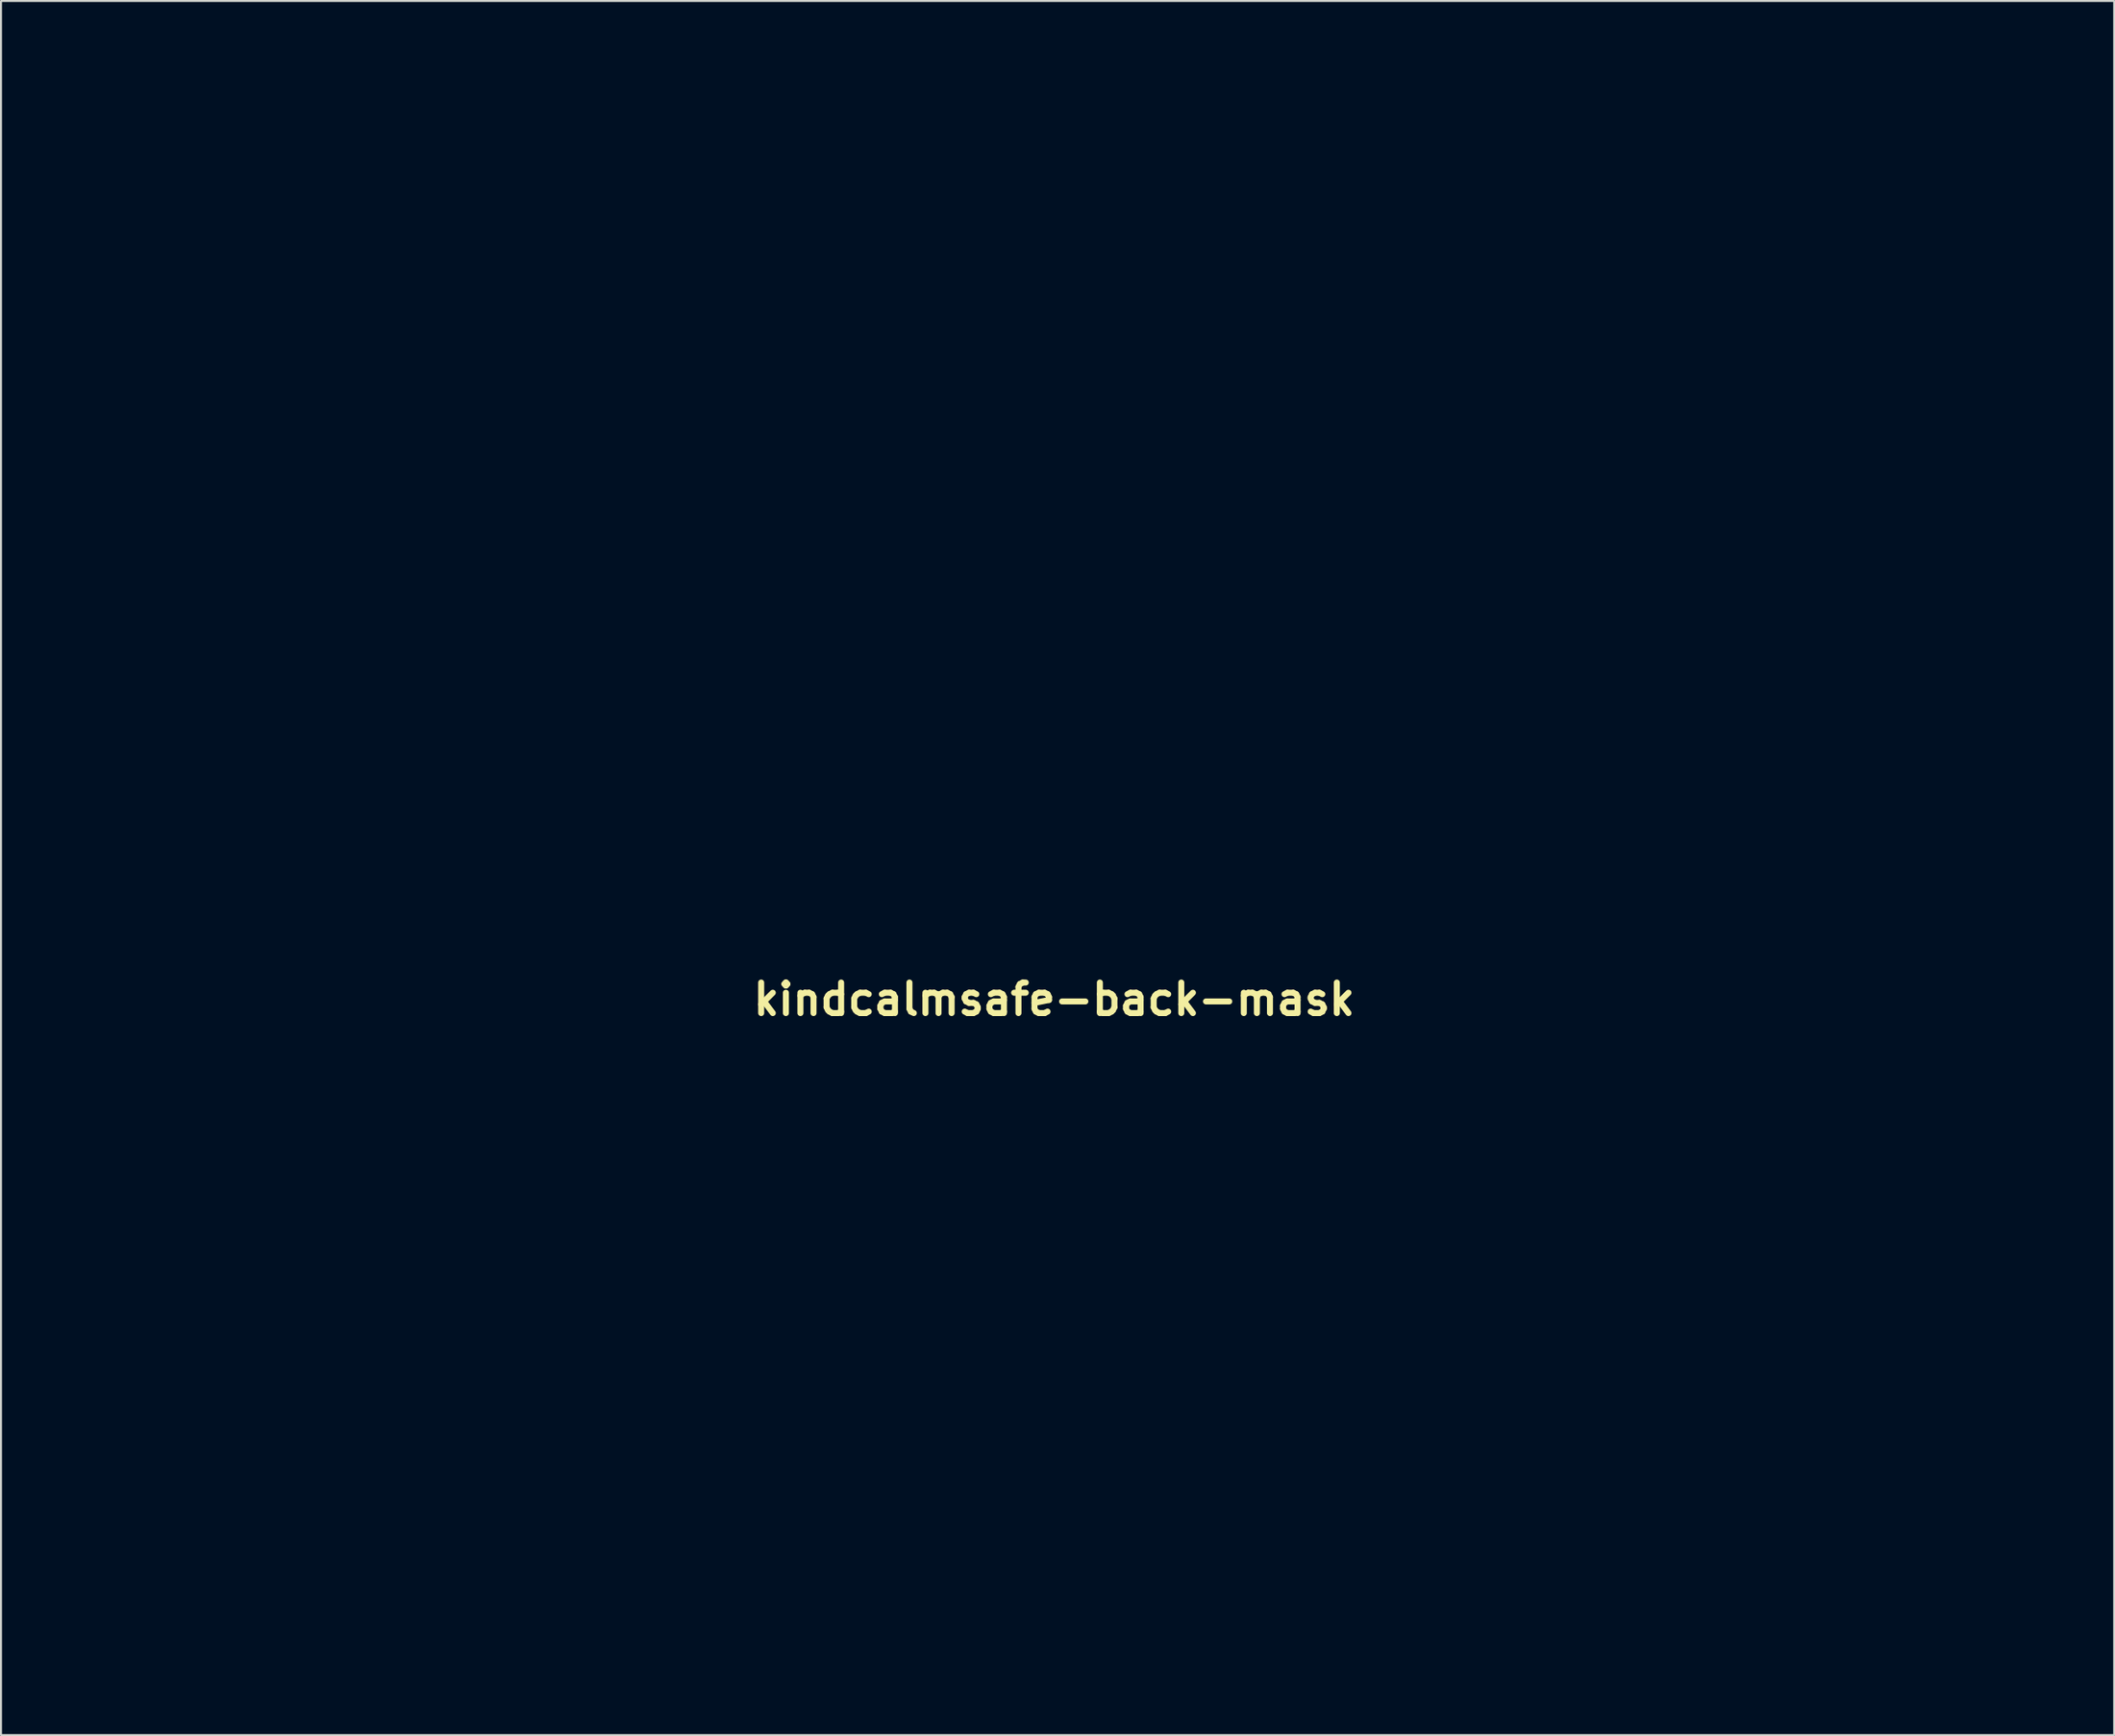
<source format=kicad_pcb>
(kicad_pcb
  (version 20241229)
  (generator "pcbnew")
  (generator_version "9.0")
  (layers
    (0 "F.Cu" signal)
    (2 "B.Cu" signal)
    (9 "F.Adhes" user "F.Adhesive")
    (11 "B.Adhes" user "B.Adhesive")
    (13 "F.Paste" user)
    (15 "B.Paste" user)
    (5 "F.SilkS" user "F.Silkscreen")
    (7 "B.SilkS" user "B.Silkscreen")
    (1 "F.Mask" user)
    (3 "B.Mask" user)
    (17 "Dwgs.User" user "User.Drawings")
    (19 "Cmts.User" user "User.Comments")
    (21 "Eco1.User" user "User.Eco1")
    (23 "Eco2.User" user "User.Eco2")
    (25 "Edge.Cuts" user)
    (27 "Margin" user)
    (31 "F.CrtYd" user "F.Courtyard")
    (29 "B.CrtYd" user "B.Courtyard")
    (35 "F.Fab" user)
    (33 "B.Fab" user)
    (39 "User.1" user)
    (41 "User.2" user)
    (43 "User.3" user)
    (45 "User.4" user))
  (footprint "kindcalmsafe-back-mask"
    (layer "F.Cu")
    (at 49.574 46.862)
    (property "Reference" "kindcalmsafe-back-mask" (at 0 0 0) (layer "F.SilkS") (effects (font (size 1.524 1.524) (thickness 0.3))))
    (attr through_hole)
    (fp_poly (pts (xy -18.477 -7.922) (xy -18.156 -7.82) (xy -17.901 -7.612) (xy -17.705 -7.286) (xy -17.558 -6.829) (xy -17.452 -6.228) (xy -17.393 -5.652) (xy -17.333 -4.911) (xy -20.176 -4.911) (xy -20.12 -5.702) (xy -20.039 -6.424) (xy -19.907 -6.994) (xy -19.721 -7.425) (xy -19.568 -7.637) (xy -19.392 -7.801) (xy -19.199 -7.889) (xy -18.916 -7.93) (xy -18.874 -7.933) (xy -18.477 -7.922)) (stroke (width 0.01) (type solid)) (fill yes) (layer "B.Mask"))
    (fp_poly (pts (xy -16.699 -27.904) (xy -16.378 -27.801) (xy -16.123 -27.593) (xy -15.927 -27.267) (xy -15.78 -26.81) (xy -15.674 -26.209) (xy -15.615 -25.633) (xy -15.555 -24.892) (xy -18.398 -24.892) (xy -18.342 -25.684) (xy -18.261 -26.405) (xy -18.129 -26.975) (xy -17.943 -27.406) (xy -17.79 -27.618) (xy -17.614 -27.782) (xy -17.421 -27.87) (xy -17.138 -27.911) (xy -17.096 -27.914) (xy -16.699 -27.904)) (stroke (width 0.01) (type solid)) (fill yes) (layer "B.Mask"))
    (fp_poly (pts (xy -14.667 12.059) (xy -14.346 12.161) (xy -14.091 12.369) (xy -13.895 12.695) (xy -13.748 13.152) (xy -13.642 13.754) (xy -13.583 14.33) (xy -13.523 15.071) (xy -16.366 15.071) (xy -16.31 14.279) (xy -16.229 13.558) (xy -16.097 12.987) (xy -15.911 12.557) (xy -15.758 12.345) (xy -15.582 12.18) (xy -15.389 12.093) (xy -15.106 12.052) (xy -15.064 12.048) (xy -14.667 12.059)) (stroke (width 0.01) (type solid)) (fill yes) (layer "B.Mask"))
    (fp_poly (pts (xy 32.492 12.059) (xy 32.813 12.161) (xy 33.068 12.369) (xy 33.264 12.695) (xy 33.411 13.152) (xy 33.517 13.754) (xy 33.576 14.33) (xy 33.636 15.071) (xy 30.794 15.071) (xy 30.849 14.279) (xy 30.93 13.558) (xy 31.062 12.987) (xy 31.248 12.557) (xy 31.401 12.345) (xy 31.577 12.18) (xy 31.771 12.093) (xy 32.054 12.052) (xy 32.096 12.048) (xy 32.492 12.059)) (stroke (width 0.01) (type solid)) (fill yes) (layer "B.Mask"))
    (fp_poly (pts (xy -31.814 -11.234) (xy -31.358 -11.201) (xy -30.915 -11.152) (xy -30.54 -11.094) (xy -30.313 -11.042) (xy -29.835 -10.825) (xy -29.451 -10.499) (xy -29.19 -10.091) (xy -29.124 -9.903) (xy -29.052 -9.406) (xy -29.079 -8.876) (xy -29.197 -8.38) (xy -29.327 -8.095) (xy -29.635 -7.736) (xy -30.09 -7.458) (xy -30.69 -7.261) (xy -31.431 -7.145) (xy -32.194 -7.113) (xy -32.851 -7.112) (xy -32.851 -11.287) (xy -31.814 -11.234)) (stroke (width 0.01) (type solid)) (fill yes) (layer "B.Mask"))
    (fp_poly (pts (xy -30.035 -31.215) (xy -29.58 -31.182) (xy -29.137 -31.133) (xy -28.762 -31.075) (xy -28.535 -31.024) (xy -28.057 -30.806) (xy -27.673 -30.48) (xy -27.412 -30.072) (xy -27.346 -29.884) (xy -27.274 -29.388) (xy -27.301 -28.857) (xy -27.419 -28.361) (xy -27.549 -28.077) (xy -27.857 -27.718) (xy -28.312 -27.439) (xy -28.912 -27.242) (xy -29.653 -27.127) (xy -30.416 -27.094) (xy -31.073 -27.093) (xy -31.073 -31.268) (xy -30.035 -31.215)) (stroke (width 0.01) (type solid)) (fill yes) (layer "B.Mask"))
    (fp_poly (pts (xy -28.003 8.748) (xy -27.548 8.781) (xy -27.105 8.83) (xy -26.73 8.887) (xy -26.503 8.939) (xy -26.025 9.156) (xy -25.641 9.483) (xy -25.38 9.89) (xy -25.314 10.078) (xy -25.242 10.575) (xy -25.269 11.106) (xy -25.387 11.601) (xy -25.517 11.886) (xy -25.825 12.245) (xy -26.28 12.524) (xy -26.88 12.721) (xy -27.621 12.836) (xy -28.384 12.869) (xy -29.041 12.869) (xy -29.041 8.695) (xy -28.003 8.748)) (stroke (width 0.01) (type solid)) (fill yes) (layer "B.Mask"))
    (fp_poly (pts (xy -31.771 -6.073) (xy -31.004 -6.017) (xy -30.381 -5.911) (xy -29.882 -5.747) (xy -29.487 -5.516) (xy -29.174 -5.208) (xy -28.925 -4.815) (xy -28.902 -4.769) (xy -28.785 -4.511) (xy -28.713 -4.284) (xy -28.676 -4.031) (xy -28.663 -3.695) (xy -28.662 -3.471) (xy -28.671 -3.05) (xy -28.701 -2.744) (xy -28.761 -2.501) (xy -28.858 -2.269) (xy -29.114 -1.853) (xy -29.443 -1.527) (xy -29.864 -1.281) (xy -30.394 -1.109) (xy -31.053 -1) (xy -31.729 -0.952) (xy -32.851 -0.907) (xy -32.851 -6.118) (xy -31.771 -6.073)) (stroke (width 0.01) (type solid)) (fill yes) (layer "B.Mask"))
    (fp_poly (pts (xy -29.993 -26.055) (xy -29.226 -25.998) (xy -28.603 -25.892) (xy -28.104 -25.729) (xy -27.709 -25.497) (xy -27.396 -25.19) (xy -27.147 -24.796) (xy -27.124 -24.75) (xy -27.007 -24.492) (xy -26.935 -24.266) (xy -26.898 -24.012) (xy -26.885 -23.676) (xy -26.884 -23.453) (xy -26.893 -23.031) (xy -26.923 -22.726) (xy -26.983 -22.483) (xy -27.08 -22.25) (xy -27.336 -21.834) (xy -27.665 -21.508) (xy -28.086 -21.263) (xy -28.616 -21.09) (xy -29.275 -20.982) (xy -29.951 -20.934) (xy -31.073 -20.889) (xy -31.073 -26.1) (xy -29.993 -26.055)) (stroke (width 0.01) (type solid)) (fill yes) (layer "B.Mask"))
    (fp_poly (pts (xy -27.961 13.908) (xy -27.194 13.965) (xy -26.571 14.07) (xy -26.072 14.234) (xy -25.677 14.465) (xy -25.364 14.773) (xy -25.115 15.167) (xy -25.092 15.213) (xy -24.975 15.47) (xy -24.903 15.697) (xy -24.866 15.95) (xy -24.853 16.286) (xy -24.852 16.51) (xy -24.861 16.931) (xy -24.891 17.237) (xy -24.951 17.48) (xy -25.048 17.713) (xy -25.304 18.129) (xy -25.633 18.455) (xy -26.054 18.7) (xy -26.584 18.873) (xy -27.243 18.981) (xy -27.919 19.029) (xy -29.041 19.074) (xy -29.041 13.863) (xy -27.961 13.908)) (stroke (width 0.01) (type solid)) (fill yes) (layer "B.Mask"))
    (fp_poly (pts (xy 12.36 -3.281) (xy 12.357 -2.811) (xy 12.345 -2.475) (xy 12.32 -2.236) (xy 12.277 -2.058) (xy 12.212 -1.906) (xy 12.169 -1.828) (xy 11.92 -1.478) (xy 11.628 -1.26) (xy 11.249 -1.149) (xy 10.985 -1.123) (xy 10.616 -1.123) (xy 10.361 -1.175) (xy 10.234 -1.238) (xy 9.956 -1.497) (xy 9.775 -1.865) (xy 9.68 -2.361) (xy 9.672 -2.456) (xy 9.677 -3.021) (xy 9.788 -3.478) (xy 10.015 -3.86) (xy 10.103 -3.959) (xy 10.333 -4.157) (xy 10.606 -4.289) (xy 10.957 -4.366) (xy 11.424 -4.399) (xy 11.663 -4.402) (xy 12.361 -4.403) (xy 12.36 -3.281)) (stroke (width 0.01) (type solid)) (fill yes) (layer "B.Mask"))
    (fp_poly (pts (xy 14.9 16.701) (xy 14.897 17.17) (xy 14.885 17.506) (xy 14.86 17.745) (xy 14.817 17.923) (xy 14.752 18.076) (xy 14.709 18.153) (xy 14.46 18.503) (xy 14.168 18.721) (xy 13.789 18.832) (xy 13.525 18.858) (xy 13.156 18.858) (xy 12.901 18.806) (xy 12.774 18.743) (xy 12.496 18.484) (xy 12.315 18.116) (xy 12.22 17.62) (xy 12.212 17.525) (xy 12.217 16.96) (xy 12.328 16.503) (xy 12.555 16.122) (xy 12.643 16.022) (xy 12.873 15.825) (xy 13.146 15.692) (xy 13.497 15.615) (xy 13.964 15.582) (xy 14.203 15.579) (xy 14.901 15.579) (xy 14.9 16.701)) (stroke (width 0.01) (type solid)) (fill yes) (layer "B.Mask"))
    (fp_poly (pts (xy 33.812 -27.534) (xy 34.134 -27.41) (xy 34.185 -27.376) (xy 34.421 -27.169) (xy 34.608 -26.922) (xy 34.751 -26.615) (xy 34.853 -26.23) (xy 34.919 -25.746) (xy 34.954 -25.144) (xy 34.961 -24.405) (xy 34.955 -23.918) (xy 34.944 -23.355) (xy 34.931 -22.931) (xy 34.912 -22.618) (xy 34.885 -22.386) (xy 34.846 -22.205) (xy 34.79 -22.047) (xy 34.715 -21.881) (xy 34.694 -21.84) (xy 34.482 -21.485) (xy 34.239 -21.25) (xy 34.132 -21.183) (xy 33.715 -21.034) (xy 33.25 -21.004) (xy 32.807 -21.092) (xy 32.683 -21.146) (xy 32.414 -21.326) (xy 32.2 -21.577) (xy 32.037 -21.916) (xy 31.919 -22.36) (xy 31.842 -22.925) (xy 31.802 -23.627) (xy 31.792 -24.299) (xy 31.807 -25.121) (xy 31.854 -25.793) (xy 31.938 -26.331) (xy 32.064 -26.753) (xy 32.237 -27.075) (xy 32.46 -27.314) (xy 32.683 -27.458) (xy 33.018 -27.562) (xy 33.417 -27.586) (xy 33.812 -27.534)) (stroke (width 0.01) (type solid)) (fill yes) (layer "B.Mask"))
    (fp_poly (pts (xy -13.935 -46.856) (xy -13.404 -46.852) (xy -12.98 -46.841) (xy -12.632 -46.822) (xy -12.331 -46.793) (xy -12.043 -46.752) (xy -11.74 -46.696) (xy -11.418 -46.629) (xy -9.99 -46.261) (xy -8.59 -45.78) (xy -7.257 -45.201) (xy -6.028 -44.539) (xy -5.553 -44.241) (xy -4.821 -43.758) (xy -4.421 -44.014) (xy -4.023 -44.247) (xy -3.508 -44.515) (xy -2.922 -44.797) (xy -2.308 -45.074) (xy -1.71 -45.324) (xy -1.173 -45.528) (xy -0.986 -45.592) (xy -0.512 -45.736) (xy 0.05 -45.89) (xy 0.62 -46.033) (xy 1.004 -46.121) (xy 1.35 -46.192) (xy 1.651 -46.247) (xy 1.938 -46.288) (xy 2.243 -46.316) (xy 2.595 -46.334) (xy 3.026 -46.344) (xy 3.567 -46.348) (xy 4.191 -46.349) (xy 4.861 -46.348) (xy 5.392 -46.344) (xy 5.816 -46.333) (xy 6.164 -46.314) (xy 6.465 -46.285) (xy 6.753 -46.244) (xy 7.056 -46.188) (xy 7.378 -46.121) (xy 7.902 -46) (xy 8.477 -45.852) (xy 9.024 -45.698) (xy 9.368 -45.592) (xy 9.874 -45.41) (xy 10.458 -45.173) (xy 11.076 -44.902) (xy 11.682 -44.617) (xy 12.233 -44.339) (xy 12.684 -44.088) (xy 12.813 -44.008) (xy 13.222 -43.746) (xy 14.294 -44.097) (xy 15.301 -44.406) (xy 16.211 -44.64) (xy 17.073 -44.806) (xy 17.939 -44.912) (xy 18.858 -44.968) (xy 19.685 -44.981) (xy 21.381 -44.901) (xy 23.023 -44.661) (xy 24.613 -44.26) (xy 26.155 -43.697) (xy 27.652 -42.971) (xy 28.482 -42.487) (xy 29.598 -41.718) (xy 30.685 -40.82) (xy 31.713 -39.823) (xy 32.653 -38.76) (xy 33.474 -37.659) (xy 33.949 -36.906) (xy 34.324 -36.261) (xy 35.006 -36.16) (xy 36.544 -35.848) (xy 38.052 -35.377) (xy 39.516 -34.756) (xy 40.92 -33.995) (xy 42.251 -33.103) (xy 43.494 -32.091) (xy 44.635 -30.967) (xy 45.66 -29.741) (xy 46.466 -28.566) (xy 47.285 -27.094) (xy 47.94 -25.578) (xy 48.432 -24.015) (xy 48.764 -22.403) (xy 48.934 -20.738) (xy 48.96 -19.77) (xy 48.891 -18.187) (xy 48.685 -16.651) (xy 48.348 -15.185) (xy 47.983 -14.07) (xy 47.782 -13.536) (xy 48.141 -12.843) (xy 48.78 -11.447) (xy 49.299 -9.966) (xy 49.68 -8.45) (xy 49.764 -8.003) (xy 49.818 -7.581) (xy 49.861 -7.034) (xy 49.891 -6.395) (xy 49.91 -5.701) (xy 49.916 -4.987) (xy 49.91 -4.288) (xy 49.892 -3.641) (xy 49.86 -3.081) (xy 49.815 -2.643) (xy 49.799 -2.54) (xy 49.673 -1.919) (xy 49.506 -1.224) (xy 49.314 -0.514) (xy 49.112 0.152) (xy 48.918 0.715) (xy 48.9 0.761) (xy 48.716 1.203) (xy 48.479 1.725) (xy 48.212 2.28) (xy 47.937 2.822) (xy 47.677 3.306) (xy 47.456 3.684) (xy 47.431 3.723) (xy 47.189 4.101) (xy 47.418 4.955) (xy 47.745 6.489) (xy 47.921 8.073) (xy 47.948 9.682) (xy 47.824 11.287) (xy 47.55 12.862) (xy 47.414 13.42) (xy 47.257 13.988) (xy 47.097 14.501) (xy 46.919 15.001) (xy 46.706 15.53) (xy 46.443 16.128) (xy 46.15 16.764) (xy 45.92 17.257) (xy 45.686 17.768) (xy 45.471 18.245) (xy 45.297 18.636) (xy 45.253 18.738) (xy 44.623 20.011) (xy 43.848 21.263) (xy 42.948 22.467) (xy 41.947 23.593) (xy 40.867 24.613) (xy 40.223 25.136) (xy 39.642 25.623) (xy 39.176 26.11) (xy 38.947 26.4) (xy 37.904 27.679) (xy 36.744 28.838) (xy 35.473 29.872) (xy 34.099 30.779) (xy 32.628 31.552) (xy 31.067 32.189) (xy 29.423 32.685) (xy 28.799 32.831) (xy 28.488 32.896) (xy 28.216 32.948) (xy 27.957 32.988) (xy 27.685 33.018) (xy 27.376 33.039) (xy 27.002 33.052) (xy 26.54 33.06) (xy 25.962 33.065) (xy 25.244 33.067) (xy 25.146 33.067) (xy 24.427 33.072) (xy 23.697 33.084) (xy 22.992 33.102) (xy 22.347 33.124) (xy 21.798 33.15) (xy 21.38 33.179) (xy 21.355 33.181) (xy 19.951 33.236) (xy 18.486 33.156) (xy 17.187 32.978) (xy 16.797 32.917) (xy 16.49 32.894) (xy 16.187 32.911) (xy 15.809 32.967) (xy 15.75 32.977) (xy 14.059 33.189) (xy 12.397 33.236) (xy 10.755 33.116) (xy 9.128 32.829) (xy 7.508 32.373) (xy 7.273 32.293) (xy 6.888 32.156) (xy 6.541 32.025) (xy 6.276 31.919) (xy 6.161 31.867) (xy 6.046 31.818) (xy 5.921 31.802) (xy 5.753 31.826) (xy 5.503 31.893) (xy 5.138 32.011) (xy 5.039 32.044) (xy 4.581 32.186) (xy 4.032 32.338) (xy 3.47 32.481) (xy 3.07 32.572) (xy 2.725 32.644) (xy 2.425 32.699) (xy 2.141 32.74) (xy 1.841 32.768) (xy 1.495 32.787) (xy 1.074 32.797) (xy 0.545 32.802) (xy -0.12 32.803) (xy -0.169 32.803) (xy -0.844 32.802) (xy -1.38 32.798) (xy -1.808 32.788) (xy -2.157 32.77) (xy -2.459 32.742) (xy -2.744 32.702) (xy -3.043 32.648) (xy -3.385 32.577) (xy -3.418 32.57) (xy -3.954 32.443) (xy -4.55 32.282) (xy -5.124 32.11) (xy -5.492 31.987) (xy -5.953 31.828) (xy -6.317 31.723) (xy -6.642 31.658) (xy -6.988 31.621) (xy -7.343 31.603) (xy -7.738 31.59) (xy -8.021 31.595) (xy -8.252 31.63) (xy -8.488 31.705) (xy -8.788 31.831) (xy -8.983 31.919) (xy -10.314 32.465) (xy -11.611 32.885) (xy -12.931 33.196) (xy -13.674 33.324) (xy -14.415 33.408) (xy -15.249 33.455) (xy -16.134 33.464) (xy -17.031 33.439) (xy -17.898 33.38) (xy -18.696 33.288) (xy -19.383 33.166) (xy -19.61 33.11) (xy -19.832 33.089) (xy -20.146 33.127) (xy -20.583 33.23) (xy -20.587 33.231) (xy -21.278 33.388) (xy -22.075 33.522) (xy -22.929 33.63) (xy -23.792 33.707) (xy -24.616 33.748) (xy -25.352 33.748) (xy -25.696 33.729) (xy -27.418 33.512) (xy -29.079 33.14) (xy -30.674 32.617) (xy -32.195 31.943) (xy -33.638 31.121) (xy -33.92 30.936) (xy -34.369 30.651) (xy -34.745 30.451) (xy -35.102 30.309) (xy -35.388 30.227) (xy -37.002 29.729) (xy -38.545 29.081) (xy -40.009 28.289) (xy -41.384 27.359) (xy -42.66 26.3) (xy -43.829 25.116) (xy -44.88 23.814) (xy -45.339 23.152) (xy -46.019 22.001) (xy -46.627 20.732) (xy -47.145 19.389) (xy -47.555 18.016) (xy -47.715 17.328) (xy -47.84 16.578) (xy -47.931 15.71) (xy -47.985 14.775) (xy -48.001 13.819) (xy -47.977 12.893) (xy -47.926 12.2) (xy -47.883 11.714) (xy -47.864 11.34) (xy -47.871 11.021) (xy -47.903 10.701) (xy -47.963 10.329) (xy -48.019 9.958) (xy -48.08 9.469) (xy -48.141 8.916) (xy -48.159 8.721) (xy -33.867 8.721) (xy -32.258 8.721) (xy -32.258 19.05) (xy -33.867 19.05) (xy -33.867 20.077) (xy -29.358 20.044) (xy -28.364 20.037) (xy -27.524 20.03) (xy -26.823 20.022) (xy -26.243 20.013) (xy -25.771 20.003) (xy -25.39 19.99) (xy -25.084 19.974) (xy -24.839 19.955) (xy -24.638 19.931) (xy -24.467 19.903) (xy -24.308 19.868) (xy -24.151 19.829) (xy -23.326 19.558) (xy -22.648 19.215) (xy -22.108 18.795) (xy -21.697 18.289) (xy -21.518 17.962) (xy -21.416 17.727) (xy -21.351 17.512) (xy -21.313 17.269) (xy -21.297 16.948) (xy -21.294 16.552) (xy -21.297 16.127) (xy -21.314 15.826) (xy -21.34 15.663) (xy -19.64 15.663) (xy -19.573 16.621) (xy -19.375 17.482) (xy -19.05 18.24) (xy -18.603 18.891) (xy -18.038 19.427) (xy -17.36 19.842) (xy -16.572 20.132) (xy -16.341 20.187) (xy -15.847 20.261) (xy -15.252 20.301) (xy -14.62 20.305) (xy -14.015 20.274) (xy -13.501 20.208) (xy -13.434 20.194) (xy -12.658 19.967) (xy -12.002 19.634) (xy -11.515 19.254) (xy -11.172 18.858) (xy -10.863 18.369) (xy -10.631 17.858) (xy -10.55 17.59) (xy -10.495 17.357) (xy -11.925 17.357) (xy -11.984 17.632) (xy -12.161 18.121) (xy -12.454 18.57) (xy -12.83 18.94) (xy -13.253 19.189) (xy -13.335 19.219) (xy -13.628 19.275) (xy -14.038 19.295) (xy -14.355 19.287) (xy -14.751 19.256) (xy -15.029 19.203) (xy -15.24 19.118) (xy -15.347 19.052) (xy -15.678 18.762) (xy -15.932 18.388) (xy -16.119 17.909) (xy -16.247 17.303) (xy -16.31 16.748) (xy -16.365 16.087) (xy -10.304 16.087) (xy -10.354 15.388) (xy -10.485 14.486) (xy -10.736 13.659) (xy -11.1 12.925) (xy -11.567 12.3) (xy -12.128 11.802) (xy -12.208 11.747) (xy -12.696 11.484) (xy -2.541 11.484) (xy -2.492 12.169) (xy -2.425 12.488) (xy -2.273 12.957) (xy -2.077 13.362) (xy -1.82 13.715) (xy -1.486 14.025) (xy -1.061 14.304) (xy -0.529 14.561) (xy 0.126 14.807) (xy 0.92 15.053) (xy 1.756 15.279) (xy 2.511 15.48) (xy 3.118 15.657) (xy 3.596 15.816) (xy 3.966 15.966) (xy 4.245 16.113) (xy 4.453 16.264) (xy 4.545 16.353) (xy 4.789 16.733) (xy 4.904 17.177) (xy 4.895 17.647) (xy 4.766 18.105) (xy 4.523 18.512) (xy 4.238 18.783) (xy 3.828 19.013) (xy 3.332 19.163) (xy 2.724 19.24) (xy 2.201 19.253) (xy 1.354 19.185) (xy 0.623 18.995) (xy 0.009 18.682) (xy -0.488 18.247) (xy -0.869 17.688) (xy -1.108 17.097) (xy -1.286 16.51) (xy -2.375 16.51) (xy -2.351 18.009) (xy -2.328 19.509) (xy -1.693 19.703) (xy -1.296 19.811) (xy -0.79 19.931) (xy -0.231 20.05) (xy 0.322 20.157) (xy 0.811 20.239) (xy 1.016 20.267) (xy 1.201 20.278) (xy 1.518 20.284) (xy 1.933 20.286) (xy 2.407 20.282) (xy 2.709 20.278) (xy 3.292 20.263) (xy 3.745 20.24) (xy 4.105 20.204) (xy 4.412 20.152) (xy 4.704 20.079) (xy 4.741 20.069) (xy 5.548 19.776) (xy 6.21 19.403) (xy 6.735 18.942) (xy 7.131 18.384) (xy 7.407 17.72) (xy 7.525 17.204) (xy 9.245 17.204) (xy 9.246 17.724) (xy 9.345 18.439) (xy 9.563 19.034) (xy 9.903 19.519) (xy 10.373 19.899) (xy 10.977 20.182) (xy 11.049 20.207) (xy 11.359 20.267) (xy 11.78 20.291) (xy 12.257 20.282) (xy 12.735 20.242) (xy 13.159 20.174) (xy 13.409 20.105) (xy 13.686 19.978) (xy 14.022 19.783) (xy 14.347 19.561) (xy 14.362 19.55) (xy 14.901 19.141) (xy 14.901 20.066) (xy 19.135 20.066) (xy 20.058 20.066) (xy 26.086 20.066) (xy 26.06 19.579) (xy 26.035 19.092) (xy 25.209 19.068) (xy 24.384 19.044) (xy 24.384 15.663) (xy 27.52 15.663) (xy 27.587 16.621) (xy 27.785 17.482) (xy 28.109 18.24) (xy 28.556 18.891) (xy 29.121 19.427) (xy 29.799 19.842) (xy 30.587 20.132) (xy 30.819 20.187) (xy 31.312 20.261) (xy 31.908 20.301) (xy 32.54 20.305) (xy 33.145 20.274) (xy 33.658 20.208) (xy 33.726 20.194) (xy 34.501 19.967) (xy 35.158 19.634) (xy 35.644 19.254) (xy 35.988 18.858) (xy 36.296 18.369) (xy 36.529 17.858) (xy 36.609 17.59) (xy 36.664 17.357) (xy 35.235 17.357) (xy 35.175 17.632) (xy 34.999 18.121) (xy 34.705 18.57) (xy 34.329 18.94) (xy 33.906 19.189) (xy 33.825 19.219) (xy 33.531 19.275) (xy 33.121 19.295) (xy 32.804 19.287) (xy 32.409 19.256) (xy 32.13 19.203) (xy 31.919 19.118) (xy 31.813 19.052) (xy 31.482 18.762) (xy 31.227 18.388) (xy 31.04 17.909) (xy 30.913 17.303) (xy 30.849 16.748) (xy 30.794 16.087) (xy 36.855 16.087) (xy 36.805 15.388) (xy 36.674 14.486) (xy 36.423 13.659) (xy 36.059 12.925) (xy 35.592 12.3) (xy 35.031 11.802) (xy 34.951 11.747) (xy 34.302 11.398) (xy 33.577 11.166) (xy 32.748 11.044) (xy 32.608 11.034) (xy 31.621 11.044) (xy 30.723 11.192) (xy 29.922 11.473) (xy 29.225 11.879) (xy 28.637 12.406) (xy 28.166 13.046) (xy 27.818 13.795) (xy 27.601 14.646) (xy 27.52 15.592) (xy 27.52 15.663) (xy 24.384 15.663) (xy 24.384 12.277) (xy 26.585 12.277) (xy 26.585 11.261) (xy 24.384 11.261) (xy 24.384 10.242) (xy 24.403 9.601) (xy 24.466 9.106) (xy 24.58 8.737) (xy 24.755 8.475) (xy 24.999 8.299) (xy 25.244 8.209) (xy 25.672 8.168) (xy 26.069 8.263) (xy 26.4 8.476) (xy 26.634 8.787) (xy 26.724 9.073) (xy 26.776 9.398) (xy 27.771 9.398) (xy 27.771 7.475) (xy 27.114 7.357) (xy 26.647 7.294) (xy 26.095 7.254) (xy 25.498 7.235) (xy 24.896 7.238) (xy 24.329 7.261) (xy 23.835 7.305) (xy 23.454 7.369) (xy 23.344 7.4) (xy 22.731 7.674) (xy 22.208 8.055) (xy 21.799 8.521) (xy 21.527 9.048) (xy 21.498 9.134) (xy 21.455 9.348) (xy 21.413 9.679) (xy 21.377 10.076) (xy 21.36 10.351) (xy 21.314 11.261) (xy 20.066 11.261) (xy 20.066 12.277) (xy 21.336 12.277) (xy 21.336 19.043) (xy 20.722 19.067) (xy 20.108 19.092) (xy 20.083 19.579) (xy 20.058 20.066) (xy 19.135 20.066) (xy 19.135 19.05) (xy 17.97 19.05) (xy 17.928 16.447) (xy 17.912 15.627) (xy 17.894 14.956) (xy 17.87 14.412) (xy 17.836 13.974) (xy 17.79 13.621) (xy 17.729 13.332) (xy 17.648 13.085) (xy 17.546 12.86) (xy 17.419 12.636) (xy 17.345 12.516) (xy 17.035 12.116) (xy 16.643 11.788) (xy 16.195 11.527) (xy 15.642 11.312) (xy 14.963 11.156) (xy 14.193 11.061) (xy 13.366 11.026) (xy 12.514 11.053) (xy 11.673 11.142) (xy 10.875 11.294) (xy 10.456 11.408) (xy 9.948 11.564) (xy 9.924 12.555) (xy 9.901 13.547) (xy 10.814 13.547) (xy 11.082 13.002) (xy 11.299 12.619) (xy 11.533 12.353) (xy 11.82 12.183) (xy 12.199 12.085) (xy 12.707 12.038) (xy 12.719 12.037) (xy 13.386 12.056) (xy 13.924 12.184) (xy 14.34 12.426) (xy 14.638 12.787) (xy 14.822 13.271) (xy 14.898 13.882) (xy 14.901 14.034) (xy 14.901 14.563) (xy 13.61 14.564) (xy 12.709 14.588) (xy 11.952 14.663) (xy 11.318 14.794) (xy 10.787 14.987) (xy 10.34 15.247) (xy 9.955 15.582) (xy 9.881 15.662) (xy 9.546 16.12) (xy 9.338 16.622) (xy 9.245 17.204) (xy 7.525 17.204) (xy 7.544 17.121) (xy 7.599 16.38) (xy 7.527 15.645) (xy 7.34 14.951) (xy 7.045 14.329) (xy 6.652 13.814) (xy 6.556 13.72) (xy 6.24 13.466) (xy 5.86 13.236) (xy 5.395 13.019) (xy 4.824 12.808) (xy 4.126 12.593) (xy 3.302 12.373) (xy 2.465 12.155) (xy 1.779 11.96) (xy 1.23 11.778) (xy 0.803 11.601) (xy 0.482 11.419) (xy 0.254 11.221) (xy 0.104 10.998) (xy 0.016 10.74) (xy -0.023 10.439) (xy -0.031 10.196) (xy 0.02 9.702) (xy 0.188 9.318) (xy 0.489 9.017) (xy 0.839 8.816) (xy 1.05 8.723) (xy 1.242 8.66) (xy 1.458 8.622) (xy 1.737 8.602) (xy 2.12 8.594) (xy 2.413 8.594) (xy 3.062 8.609) (xy 3.579 8.662) (xy 3.997 8.758) (xy 4.351 8.906) (xy 4.651 9.097) (xy 5.042 9.475) (xy 5.371 9.965) (xy 5.589 10.482) (xy 5.738 10.964) (xy 6.816 10.964) (xy 6.862 8.226) (xy 6.373 8.084) (xy 5.37 7.832) (xy 4.337 7.648) (xy 3.308 7.533) (xy 2.319 7.491) (xy 1.403 7.523) (xy 0.594 7.632) (xy 0.444 7.665) (xy -0.235 7.885) (xy -0.869 8.212) (xy -1.424 8.622) (xy -1.869 9.092) (xy -2.109 9.468) (xy -2.343 10.073) (xy -2.489 10.765) (xy -2.541 11.484) (xy -12.696 11.484) (xy -12.857 11.398) (xy -13.582 11.166) (xy -14.411 11.044) (xy -14.551 11.034) (xy -15.539 11.044) (xy -16.436 11.192) (xy -17.237 11.473) (xy -17.935 11.879) (xy -18.522 12.406) (xy -18.993 13.046) (xy -19.341 13.795) (xy -19.559 14.646) (xy -19.639 15.592) (xy -19.64 15.663) (xy -21.34 15.663) (xy -21.35 15.602) (xy -21.414 15.411) (xy -21.513 15.205) (xy -21.519 15.194) (xy -21.814 14.76) (xy -22.211 14.343) (xy -22.649 14.005) (xy -22.83 13.901) (xy -23.148 13.761) (xy -23.538 13.622) (xy -23.942 13.499) (xy -24.306 13.411) (xy -24.573 13.373) (xy -24.583 13.373) (xy -24.673 13.358) (xy -24.61 13.317) (xy -24.389 13.248) (xy -24.244 13.209) (xy -23.51 12.964) (xy -22.927 12.651) (xy -22.49 12.263) (xy -22.194 11.793) (xy -22.032 11.236) (xy -21.995 10.709) (xy -22.072 10.01) (xy -22.287 9.403) (xy -22.643 8.89) (xy -23.14 8.468) (xy -23.78 8.136) (xy -24.562 7.894) (xy -24.892 7.826) (xy -25.097 7.797) (xy -25.378 7.773) (xy -25.745 7.753) (xy -26.214 7.737) (xy -26.795 7.725) (xy -27.503 7.716) (xy -28.351 7.711) (xy -29.351 7.708) (xy -29.697 7.708) (xy -33.867 7.705) (xy -33.867 8.721) (xy -48.159 8.721) (xy -48.194 8.351) (xy -48.216 8.086) (xy -48.284 7.361) (xy -48.365 6.745) (xy -48.454 6.261) (xy -48.507 6.054) (xy -48.745 5.152) (xy -48.914 4.251) (xy -49.022 3.297) (xy -49.077 2.235) (xy -49.078 2.201) (xy -49.103 1.509) (xy -49.142 0.927) (xy -49.202 0.399) (xy -49.288 -0.133) (xy -49.344 -0.423) (xy -49.416 -0.794) (xy -49.471 -1.116) (xy -49.511 -1.421) (xy -49.539 -1.74) (xy -49.556 -2.106) (xy -49.566 -2.551) (xy -49.569 -3.106) (xy -49.569 -3.683) (xy -49.567 -4.358) (xy -49.561 -4.894) (xy -49.549 -5.322) (xy -49.529 -5.672) (xy -49.5 -5.976) (xy -49.457 -6.265) (xy -49.401 -6.568) (xy -49.349 -6.816) (xy -49.132 -7.832) (xy -49.344 -8.805) (xy -49.41 -9.119) (xy -49.461 -9.401) (xy -49.498 -9.681) (xy -49.525 -9.987) (xy -49.543 -10.349) (xy -49.554 -10.796) (xy -49.558 -11.261) (xy -37.677 -11.261) (xy -36.068 -11.261) (xy -36.068 -0.931) (xy -37.677 -0.931) (xy -37.677 0.095) (xy -33.168 0.063) (xy -32.174 0.056) (xy -31.334 0.048) (xy -30.633 0.041) (xy -30.053 0.032) (xy -29.581 0.022) (xy -29.2 0.009) (xy -28.894 -0.007) (xy -28.649 -0.026) (xy -28.448 -0.05) (xy -28.277 -0.079) (xy -28.118 -0.113) (xy -27.961 -0.153) (xy -27.136 -0.423) (xy -26.458 -0.766) (xy -25.918 -1.187) (xy -25.507 -1.692) (xy -25.328 -2.019) (xy -25.226 -2.254) (xy -25.161 -2.469) (xy -25.123 -2.713) (xy -25.107 -3.033) (xy -25.104 -3.429) (xy -25.107 -3.854) (xy -25.124 -4.156) (xy -25.15 -4.318) (xy -23.45 -4.318) (xy -23.383 -3.361) (xy -23.185 -2.5) (xy -22.86 -1.741) (xy -22.413 -1.091) (xy -21.848 -0.555) (xy -21.17 -0.139) (xy -20.382 0.15) (xy -20.151 0.206) (xy -19.657 0.28) (xy -19.062 0.319) (xy -18.43 0.324) (xy -17.825 0.293) (xy -17.311 0.227) (xy -17.244 0.213) (xy -16.468 -0.015) (xy -15.812 -0.348) (xy -15.325 -0.727) (xy -14.982 -1.123) (xy -14.673 -1.613) (xy -14.441 -2.124) (xy -14.36 -2.392) (xy -14.305 -2.625) (xy -15.735 -2.625) (xy -15.794 -2.349) (xy -15.971 -1.861) (xy -16.264 -1.411) (xy -16.64 -1.041) (xy -17.063 -0.792) (xy -17.145 -0.762) (xy -17.438 -0.706) (xy -17.848 -0.686) (xy -18.165 -0.694) (xy -18.561 -0.725) (xy -18.839 -0.778) (xy -19.05 -0.864) (xy -19.157 -0.929) (xy -19.488 -1.219) (xy -19.742 -1.593) (xy -19.929 -2.073) (xy -20.057 -2.678) (xy -20.12 -3.233) (xy -20.175 -3.895) (xy -14.114 -3.895) (xy -14.164 -4.593) (xy -14.295 -5.495) (xy -14.499 -6.167) (xy -6.731 -6.167) (xy -6.715 -5.494) (xy -6.666 -4.862) (xy -6.583 -4.323) (xy -6.539 -4.137) (xy -6.194 -3.178) (xy -5.716 -2.321) (xy -5.113 -1.572) (xy -4.389 -0.936) (xy -3.553 -0.421) (xy -2.61 -0.031) (xy -1.651 0.213) (xy -1.106 0.284) (xy -0.463 0.321) (xy 0.216 0.324) (xy 0.866 0.292) (xy 1.423 0.226) (xy 1.495 0.213) (xy 2.358 -0.029) (xy 3.124 -0.406) (xy 3.784 -0.912) (xy 4.334 -1.544) (xy 4.731 -2.222) (xy 4.889 -2.569) (xy 4.974 -2.778) (xy 6.705 -2.778) (xy 6.706 -2.257) (xy 6.805 -1.543) (xy 7.023 -0.947) (xy 7.363 -0.463) (xy 7.833 -0.083) (xy 8.437 0.201) (xy 8.509 0.226) (xy 8.819 0.286) (xy 9.24 0.31) (xy 9.717 0.301) (xy 10.195 0.261) (xy 10.619 0.192) (xy 10.869 0.124) (xy 11.146 -0.003) (xy 11.482 -0.198) (xy 11.807 -0.42) (xy 11.822 -0.432) (xy 12.361 -0.84) (xy 12.361 0.085) (xy 16.595 0.085) (xy 17.518 0.085) (xy 23.029 0.085) (xy 23.029 -0.931) (xy 21.845 -0.931) (xy 21.82 -7.705) (xy 23.952 -7.705) (xy 25.231 -7.705) (xy 25.231 -0.939) (xy 24.617 -0.914) (xy 24.003 -0.889) (xy 23.978 -0.402) (xy 23.952 0.085) (xy 29.295 0.085) (xy 29.295 -0.931) (xy 28.279 -0.931) (xy 28.279 -3.456) (xy 28.281 -4.279) (xy 28.288 -4.951) (xy 28.305 -5.492) (xy 28.333 -5.92) (xy 28.376 -6.255) (xy 28.437 -6.515) (xy 28.518 -6.719) (xy 28.624 -6.886) (xy 28.756 -7.036) (xy 28.867 -7.14) (xy 29.236 -7.385) (xy 29.646 -7.513) (xy 30.057 -7.522) (xy 30.425 -7.409) (xy 30.614 -7.274) (xy 30.711 -7.163) (xy 30.79 -7.017) (xy 30.852 -6.82) (xy 30.901 -6.554) (xy 30.937 -6.204) (xy 30.962 -5.751) (xy 30.977 -5.181) (xy 30.986 -4.474) (xy 30.988 -3.616) (xy 30.988 -3.594) (xy 30.988 -0.931) (xy 29.972 -0.931) (xy 29.972 0.085) (xy 35.052 0.085) (xy 35.052 -0.931) (xy 34.036 -0.931) (xy 34.036 -3.456) (xy 34.038 -4.279) (xy 34.045 -4.951) (xy 34.062 -5.492) (xy 34.09 -5.92) (xy 34.133 -6.255) (xy 34.194 -6.515) (xy 34.276 -6.719) (xy 34.381 -6.886) (xy 34.514 -7.036) (xy 34.624 -7.14) (xy 34.993 -7.385) (xy 35.404 -7.513) (xy 35.814 -7.522) (xy 36.182 -7.409) (xy 36.372 -7.274) (xy 36.468 -7.163) (xy 36.547 -7.017) (xy 36.61 -6.82) (xy 36.658 -6.554) (xy 36.694 -6.204) (xy 36.719 -5.751) (xy 36.735 -5.181) (xy 36.743 -4.474) (xy 36.745 -3.616) (xy 36.745 -3.594) (xy 36.745 -0.931) (xy 35.729 -0.931) (xy 35.729 0.085) (xy 40.979 0.085) (xy 40.979 -0.931) (xy 39.814 -0.931) (xy 39.772 -3.704) (xy 39.76 -4.475) (xy 39.748 -5.097) (xy 39.734 -5.591) (xy 39.718 -5.979) (xy 39.697 -6.282) (xy 39.671 -6.519) (xy 39.638 -6.713) (xy 39.596 -6.884) (xy 39.548 -7.045) (xy 39.267 -7.685) (xy 38.876 -8.196) (xy 38.377 -8.577) (xy 37.769 -8.828) (xy 37.053 -8.949) (xy 37.036 -8.95) (xy 36.274 -8.943) (xy 35.603 -8.803) (xy 34.994 -8.52) (xy 34.422 -8.084) (xy 34.158 -7.823) (xy 33.729 -7.37) (xy 33.438 -7.811) (xy 33.02 -8.296) (xy 32.498 -8.652) (xy 31.877 -8.874) (xy 31.164 -8.96) (xy 30.734 -8.949) (xy 30.133 -8.873) (xy 29.644 -8.731) (xy 29.215 -8.502) (xy 28.795 -8.165) (xy 28.785 -8.155) (xy 28.287 -7.695) (xy 28.236 -8.678) (xy 24.003 -8.678) (xy 23.952 -7.705) (xy 21.82 -7.705) (xy 21.802 -12.742) (xy 17.568 -12.742) (xy 17.568 -11.811) (xy 18.182 -11.786) (xy 18.796 -11.761) (xy 18.796 -0.939) (xy 18.182 -0.914) (xy 17.568 -0.889) (xy 17.543 -0.402) (xy 17.518 0.085) (xy 16.595 0.085) (xy 16.595 -0.931) (xy 15.43 -0.931) (xy 15.388 -3.535) (xy 15.372 -4.354) (xy 15.354 -5.025) (xy 15.33 -5.569) (xy 15.296 -6.007) (xy 15.25 -6.36) (xy 15.189 -6.65) (xy 15.108 -6.896) (xy 15.006 -7.121) (xy 14.879 -7.346) (xy 14.805 -7.465) (xy 14.495 -7.865) (xy 14.103 -8.193) (xy 13.655 -8.455) (xy 13.102 -8.67) (xy 12.423 -8.825) (xy 11.653 -8.92) (xy 10.826 -8.955) (xy 9.974 -8.928) (xy 9.133 -8.839) (xy 8.335 -8.687) (xy 7.916 -8.573) (xy 7.408 -8.418) (xy 7.384 -7.426) (xy 7.361 -6.435) (xy 8.274 -6.435) (xy 8.542 -6.98) (xy 8.759 -7.362) (xy 8.993 -7.628) (xy 9.28 -7.799) (xy 9.659 -7.896) (xy 10.167 -7.943) (xy 10.179 -7.944) (xy 10.846 -7.925) (xy 11.384 -7.797) (xy 11.8 -7.555) (xy 12.098 -7.194) (xy 12.282 -6.711) (xy 12.358 -6.099) (xy 12.361 -5.948) (xy 12.361 -5.419) (xy 11.07 -5.417) (xy 10.169 -5.393) (xy 9.412 -5.318) (xy 8.778 -5.188) (xy 8.247 -4.995) (xy 7.8 -4.734) (xy 7.415 -4.399) (xy 7.341 -4.319) (xy 7.006 -3.862) (xy 6.798 -3.359) (xy 6.705 -2.778) (xy 4.974 -2.778) (xy 5.021 -2.891) (xy 5.106 -3.136) (xy 5.122 -3.196) (xy 5.178 -3.471) (xy 3.498 -3.471) (xy 3.391 -3.111) (xy 3.102 -2.388) (xy 2.709 -1.781) (xy 2.22 -1.3) (xy 1.673 -0.971) (xy 1.07 -0.783) (xy 0.407 -0.718) (xy -0.27 -0.771) (xy -0.915 -0.937) (xy -1.483 -1.212) (xy -1.616 -1.303) (xy -2.057 -1.705) (xy -2.417 -2.203) (xy -2.7 -2.808) (xy -2.907 -3.53) (xy -3.042 -4.38) (xy -3.108 -5.366) (xy -3.109 -6.477) (xy -3.068 -7.381) (xy -2.994 -8.142) (xy -2.878 -8.783) (xy -2.715 -9.326) (xy -2.498 -9.796) (xy -2.22 -10.216) (xy -1.948 -10.533) (xy -1.548 -10.898) (xy -1.128 -11.153) (xy -0.645 -11.313) (xy -0.057 -11.398) (xy 0.139 -11.411) (xy 0.945 -11.385) (xy 1.657 -11.218) (xy 2.273 -10.912) (xy 2.792 -10.469) (xy 3.21 -9.888) (xy 3.525 -9.174) (xy 3.606 -8.911) (xy 3.753 -8.382) (xy 4.83 -8.382) (xy 4.807 -9.927) (xy 4.784 -11.472) (xy 3.855 -11.792) (xy 2.51 -12.185) (xy 1.215 -12.423) (xy -0.027 -12.504) (xy -1.212 -12.429) (xy -2.338 -12.198) (xy -2.667 -12.097) (xy -3.603 -11.701) (xy -4.436 -11.174) (xy -5.158 -10.526) (xy -5.759 -9.766) (xy -6.23 -8.903) (xy -6.563 -7.948) (xy -6.572 -7.916) (xy -6.659 -7.43) (xy -6.712 -6.83) (xy -6.731 -6.167) (xy -14.499 -6.167) (xy -14.546 -6.322) (xy -14.91 -7.057) (xy -15.377 -7.681) (xy -15.938 -8.179) (xy -16.018 -8.234) (xy -16.667 -8.584) (xy -17.392 -8.815) (xy -18.221 -8.937) (xy -18.361 -8.947) (xy -19.349 -8.937) (xy -20.246 -8.789) (xy -21.047 -8.509) (xy -21.745 -8.102) (xy -22.332 -7.576) (xy -22.803 -6.935) (xy -23.151 -6.186) (xy -23.369 -5.336) (xy -23.449 -4.389) (xy -23.45 -4.318) (xy -25.15 -4.318) (xy -25.16 -4.379) (xy -25.224 -4.571) (xy -25.323 -4.776) (xy -25.329 -4.787) (xy -25.624 -5.221) (xy -26.021 -5.638) (xy -26.459 -5.976) (xy -26.64 -6.08) (xy -26.958 -6.22) (xy -27.348 -6.36) (xy -27.752 -6.482) (xy -28.116 -6.571) (xy -28.383 -6.608) (xy -28.393 -6.609) (xy -28.483 -6.623) (xy -28.42 -6.664) (xy -28.199 -6.733) (xy -28.054 -6.772) (xy -27.32 -7.017) (xy -26.737 -7.33) (xy -26.3 -7.719) (xy -26.004 -8.188) (xy -25.842 -8.745) (xy -25.805 -9.272) (xy -25.882 -9.972) (xy -26.097 -10.578) (xy -26.453 -11.092) (xy -26.95 -11.514) (xy -27.59 -11.845) (xy -28.372 -12.088) (xy -28.702 -12.156) (xy -28.907 -12.184) (xy -29.188 -12.209) (xy -29.555 -12.228) (xy -30.024 -12.244) (xy -30.605 -12.256) (xy -31.313 -12.265) (xy -32.161 -12.271) (xy -33.161 -12.273) (xy -33.507 -12.274) (xy -37.677 -12.277) (xy -37.677 -11.261) (xy -49.558 -11.261) (xy -49.559 -11.357) (xy -49.562 -11.98) (xy -49.563 -12.66) (xy -49.56 -13.2) (xy -49.552 -13.63) (xy -49.536 -13.98) (xy -49.511 -14.279) (xy -49.474 -14.557) (xy -49.423 -14.844) (xy -49.356 -15.169) (xy -49.337 -15.262) (xy -48.922 -16.867) (xy -48.384 -18.372) (xy -47.713 -19.793) (xy -46.9 -21.146) (xy -45.937 -22.449) (xy -44.815 -23.718) (xy -44.785 -23.749) (xy -44.415 -24.136) (xy -44.139 -24.44) (xy -43.929 -24.697) (xy -43.76 -24.944) (xy -43.606 -25.217) (xy -43.44 -25.553) (xy -43.333 -25.781) (xy -43.116 -26.278) (xy -42.923 -26.78) (xy -42.775 -27.229) (xy -42.712 -27.474) (xy -42.382 -28.691) (xy -41.919 -29.944) (xy -41.343 -31.195) (xy -41.317 -31.242) (xy -35.899 -31.242) (xy -34.29 -31.242) (xy -34.29 -20.913) (xy -35.899 -20.913) (xy -35.899 -19.886) (xy -31.39 -19.918) (xy -30.396 -19.926) (xy -29.556 -19.933) (xy -28.855 -19.941) (xy -28.275 -19.949) (xy -27.803 -19.96) (xy -27.422 -19.972) (xy -27.116 -19.988) (xy -26.871 -20.008) (xy -26.67 -20.031) (xy -26.499 -20.06) (xy -26.34 -20.094) (xy -26.183 -20.134) (xy -25.358 -20.405) (xy -24.68 -20.747) (xy -24.14 -21.168) (xy -23.729 -21.674) (xy -23.55 -22.001) (xy -23.448 -22.236) (xy -23.383 -22.451) (xy -23.345 -22.694) (xy -23.329 -23.015) (xy -23.326 -23.41) (xy -23.329 -23.835) (xy -23.346 -24.137) (xy -23.372 -24.299) (xy -21.672 -24.299) (xy -21.605 -23.342) (xy -21.407 -22.481) (xy -21.082 -21.722) (xy -20.635 -21.072) (xy -20.07 -20.536) (xy -19.392 -20.12) (xy -18.604 -19.831) (xy -18.373 -19.775) (xy -17.879 -19.701) (xy -17.284 -19.662) (xy -16.652 -19.658) (xy -16.047 -19.689) (xy -15.533 -19.755) (xy -15.466 -19.768) (xy -14.69 -19.996) (xy -14.034 -20.329) (xy -13.547 -20.709) (xy -13.204 -21.104) (xy -12.895 -21.594) (xy -12.663 -22.105) (xy -12.582 -22.373) (xy -12.527 -22.606) (xy -13.957 -22.606) (xy -14.016 -22.331) (xy -14.193 -21.842) (xy -14.486 -21.392) (xy -14.862 -21.023) (xy -15.285 -20.773) (xy -15.367 -20.743) (xy -15.66 -20.688) (xy -16.07 -20.667) (xy -16.387 -20.675) (xy -16.783 -20.707) (xy -17.061 -20.759) (xy -17.272 -20.845) (xy -17.379 -20.911) (xy -17.71 -21.201) (xy -17.964 -21.575) (xy -18.151 -22.054) (xy -18.279 -22.66) (xy -18.342 -23.215) (xy -18.397 -23.876) (xy -12.336 -23.876) (xy -12.386 -24.575) (xy -12.517 -25.476) (xy -12.768 -26.303) (xy -13.132 -27.038) (xy -13.599 -27.663) (xy -14.16 -28.16) (xy -14.24 -28.215) (xy -14.889 -28.565) (xy -15.614 -28.797) (xy -16.443 -28.919) (xy -16.583 -28.928) (xy -17.571 -28.919) (xy -18.468 -28.77) (xy -19.269 -28.49) (xy -19.967 -28.084) (xy -20.554 -27.557) (xy -21.025 -26.916) (xy -21.373 -26.168) (xy -21.591 -25.317) (xy -21.671 -24.371) (xy -21.672 -24.299) (xy -23.372 -24.299) (xy -23.382 -24.361) (xy -23.446 -24.552) (xy -23.545 -24.757) (xy -23.551 -24.768) (xy -23.846 -25.203) (xy -24.243 -25.619) (xy -24.681 -25.958) (xy -24.862 -26.062) (xy -25.18 -26.202) (xy -25.57 -26.341) (xy -25.974 -26.463) (xy -26.338 -26.552) (xy -26.605 -26.59) (xy -26.615 -26.59) (xy -26.705 -26.605) (xy -26.642 -26.645) (xy -26.421 -26.714) (xy -26.276 -26.753) (xy -25.542 -26.998) (xy -24.959 -27.312) (xy -24.522 -27.7) (xy -24.226 -28.169) (xy -24.064 -28.727) (xy -24.027 -29.254) (xy -24.104 -29.953) (xy -24.319 -30.559) (xy -24.675 -31.073) (xy -25.172 -31.495) (xy -25.812 -31.827) (xy -26.594 -32.069) (xy -26.924 -32.137) (xy -27.129 -32.166) (xy -27.41 -32.19) (xy -27.777 -32.21) (xy -28.246 -32.226) (xy -28.827 -32.238) (xy -29.535 -32.246) (xy -30.383 -32.252) (xy -31.383 -32.255) (xy -31.729 -32.255) (xy -35.899 -32.258) (xy -4.911 -32.258) (xy -4.911 -31.242) (xy -3.302 -31.242) (xy -3.302 -20.913) (xy -4.911 -20.913) (xy -4.911 -19.897) (xy 1.524 -19.897) (xy 1.524 -20.913) (xy -0.085 -20.913) (xy -0.085 -23.326) (xy -0.084 -23.945) (xy -0.08 -24.506) (xy -0.075 -24.986) (xy -0.069 -25.366) (xy -0.061 -25.622) (xy -0.052 -25.735) (xy -0.05 -25.739) (xy 0.012 -25.678) (xy 0.177 -25.505) (xy 0.434 -25.231) (xy 0.771 -24.87) (xy 1.177 -24.432) (xy 1.641 -23.93) (xy 2.15 -23.377) (xy 2.664 -22.818) (xy 5.344 -19.897) (xy 15.071 -19.897) (xy 15.071 -20.913) (xy 13.887 -20.913) (xy 13.865 -24.786) (xy 13.849 -27.686) (xy 15.994 -27.686) (xy 17.272 -27.686) (xy 17.272 -20.92) (xy 16.658 -20.895) (xy 16.044 -20.87) (xy 15.994 -19.897) (xy 21.336 -19.897) (xy 21.336 -20.913) (xy 20.32 -20.913) (xy 20.32 -23.395) (xy 20.322 -24.211) (xy 20.331 -24.877) (xy 20.349 -25.414) (xy 20.378 -25.84) (xy 20.422 -26.175) (xy 20.483 -26.439) (xy 20.563 -26.652) (xy 20.665 -26.833) (xy 20.793 -27.001) (xy 20.805 -27.016) (xy 21.131 -27.297) (xy 21.517 -27.467) (xy 21.928 -27.526) (xy 22.326 -27.475) (xy 22.675 -27.316) (xy 22.94 -27.05) (xy 22.994 -26.956) (xy 23.038 -26.855) (xy 23.074 -26.738) (xy 23.102 -26.585) (xy 23.125 -26.379) (xy 23.142 -26.1) (xy 23.155 -25.728) (xy 23.165 -25.247) (xy 23.174 -24.636) (xy 23.182 -23.877) (xy 23.183 -23.77) (xy 23.209 -20.913) (xy 22.098 -20.913) (xy 22.098 -19.897) (xy 27.432 -19.897) (xy 27.432 -20.913) (xy 26.172 -20.913) (xy 26.145 -23.812) (xy 26.14 -24.299) (xy 28.451 -24.299) (xy 28.514 -23.328) (xy 28.702 -22.453) (xy 29.009 -21.681) (xy 29.431 -21.02) (xy 29.964 -20.476) (xy 30.602 -20.057) (xy 31.336 -19.772) (xy 31.79 -19.689) (xy 32.321 -19.659) (xy 32.868 -19.681) (xy 33.375 -19.751) (xy 33.783 -19.867) (xy 33.824 -19.884) (xy 34.137 -20.06) (xy 34.46 -20.296) (xy 34.608 -20.426) (xy 34.967 -20.779) (xy 34.967 -19.897) (xy 39.294 -19.897) (xy 39.243 -20.87) (xy 38.629 -20.895) (xy 38.015 -20.92) (xy 38.015 -32.766) (xy 33.782 -32.766) (xy 33.782 -31.75) (xy 34.967 -31.75) (xy 34.967 -27.77) (xy 34.656 -28.115) (xy 34.184 -28.511) (xy 33.601 -28.783) (xy 32.91 -28.929) (xy 32.402 -28.955) (xy 31.584 -28.877) (xy 30.846 -28.654) (xy 30.193 -28.295) (xy 29.634 -27.806) (xy 29.174 -27.198) (xy 28.821 -26.476) (xy 28.582 -25.65) (xy 28.463 -24.729) (xy 28.451 -24.299) (xy 26.14 -24.299) (xy 26.137 -24.592) (xy 26.129 -25.221) (xy 26.12 -25.721) (xy 26.108 -26.11) (xy 26.092 -26.41) (xy 26.071 -26.638) (xy 26.043 -26.815) (xy 26.008 -26.961) (xy 25.962 -27.096) (xy 25.916 -27.216) (xy 25.591 -27.82) (xy 25.154 -28.299) (xy 24.61 -28.649) (xy 23.965 -28.865) (xy 23.488 -28.933) (xy 22.689 -28.926) (xy 21.961 -28.782) (xy 21.319 -28.506) (xy 20.778 -28.104) (xy 20.701 -28.027) (xy 20.362 -27.676) (xy 20.32 -28.168) (xy 20.278 -28.66) (xy 16.044 -28.66) (xy 16.019 -28.173) (xy 15.994 -27.686) (xy 13.849 -27.686) (xy 13.843 -28.66) (xy 9.61 -28.66) (xy 9.584 -28.173) (xy 9.559 -27.686) (xy 10.837 -27.686) (xy 10.837 -20.926) (xy 10.223 -20.898) (xy 9.801 -20.89) (xy 9.325 -20.897) (xy 8.972 -20.913) (xy 8.335 -20.955) (xy 5.405 -24.13) (xy 4.836 -24.748) (xy 4.301 -25.33) (xy 3.814 -25.863) (xy 3.383 -26.336) (xy 3.021 -26.736) (xy 2.738 -27.051) (xy 2.545 -27.27) (xy 2.453 -27.38) (xy 2.447 -27.39) (xy 2.502 -27.463) (xy 2.672 -27.632) (xy 2.942 -27.885) (xy 3.297 -28.207) (xy 3.722 -28.586) (xy 4.204 -29.009) (xy 4.608 -29.358) (xy 6.796 -31.242) (xy 8.467 -31.242) (xy 8.467 -31.37) (xy 10.604 -31.37) (xy 10.624 -30.881) (xy 10.781 -30.445) (xy 11.049 -30.079) (xy 11.402 -29.8) (xy 11.816 -29.626) (xy 12.263 -29.573) (xy 12.719 -29.66) (xy 12.98 -29.782) (xy 13.19 -29.941) (xy 13.418 -30.165) (xy 13.495 -30.255) (xy 13.64 -30.453) (xy 13.719 -30.634) (xy 13.752 -30.865) (xy 13.758 -31.15) (xy 13.746 -31.495) (xy 13.698 -31.742) (xy 13.595 -31.962) (xy 13.525 -32.072) (xy 13.199 -32.431) (xy 12.806 -32.657) (xy 12.375 -32.758) (xy 11.934 -32.74) (xy 11.513 -32.609) (xy 11.139 -32.374) (xy 10.843 -32.04) (xy 10.651 -31.616) (xy 10.604 -31.37) (xy 8.467 -31.37) (xy 8.467 -32.261) (xy 3.768 -32.216) (xy 3.742 -31.732) (xy 3.717 -31.249) (xy 5.027 -31.2) (xy 2.619 -29.132) (xy 2.07 -28.661) (xy 1.557 -28.22) (xy 1.095 -27.824) (xy 0.7 -27.485) (xy 0.386 -27.216) (xy 0.17 -27.03) (xy 0.066 -26.941) (xy 0.064 -26.939) (xy 0.019 -26.909) (xy -0.016 -26.916) (xy -0.042 -26.978) (xy -0.06 -27.113) (xy -0.073 -27.339) (xy -0.08 -27.673) (xy -0.083 -28.133) (xy -0.085 -28.738) (xy -0.085 -29.028) (xy -0.085 -31.242) (xy 1.524 -31.242) (xy 1.524 -32.258) (xy -4.911 -32.258) (xy -35.899 -32.258) (xy -35.899 -31.242) (xy -41.317 -31.242) (xy -40.672 -32.405) (xy -39.926 -33.535) (xy -39.411 -34.206) (xy -39.062 -34.608) (xy -38.624 -35.075) (xy -38.138 -35.565) (xy -37.645 -36.039) (xy -37.185 -36.457) (xy -36.857 -36.733) (xy -35.916 -37.417) (xy -34.86 -38.069) (xy -33.741 -38.663) (xy -32.614 -39.168) (xy -31.72 -39.496) (xy -31.266 -39.633) (xy -30.743 -39.773) (xy -30.189 -39.908) (xy -29.644 -40.029) (xy -29.146 -40.127) (xy -28.732 -40.195) (xy -28.441 -40.223) (xy -28.437 -40.223) (xy -28.222 -40.237) (xy -28.047 -40.286) (xy -27.877 -40.392) (xy -27.68 -40.578) (xy -27.422 -40.867) (xy -27.326 -40.979) (xy -26.149 -42.234) (xy -24.887 -43.344) (xy -23.538 -44.309) (xy -22.101 -45.129) (xy -20.574 -45.807) (xy -18.954 -46.343) (xy -17.792 -46.629) (xy -17.446 -46.7) (xy -17.145 -46.755) (xy -16.858 -46.796) (xy -16.553 -46.824) (xy -16.201 -46.842) (xy -15.77 -46.852) (xy -15.229 -46.856) (xy -14.605 -46.857) (xy -13.935 -46.856)) (stroke (width 0.01) (type solid)) (fill yes) (layer "B.Mask")))
  (gr_rect
    (start -3 -3)
    (end 102.496 83.615)
    (stroke (width 0.1) (type default))
    (fill no)
    (layer "Edge.Cuts")))
</source>
